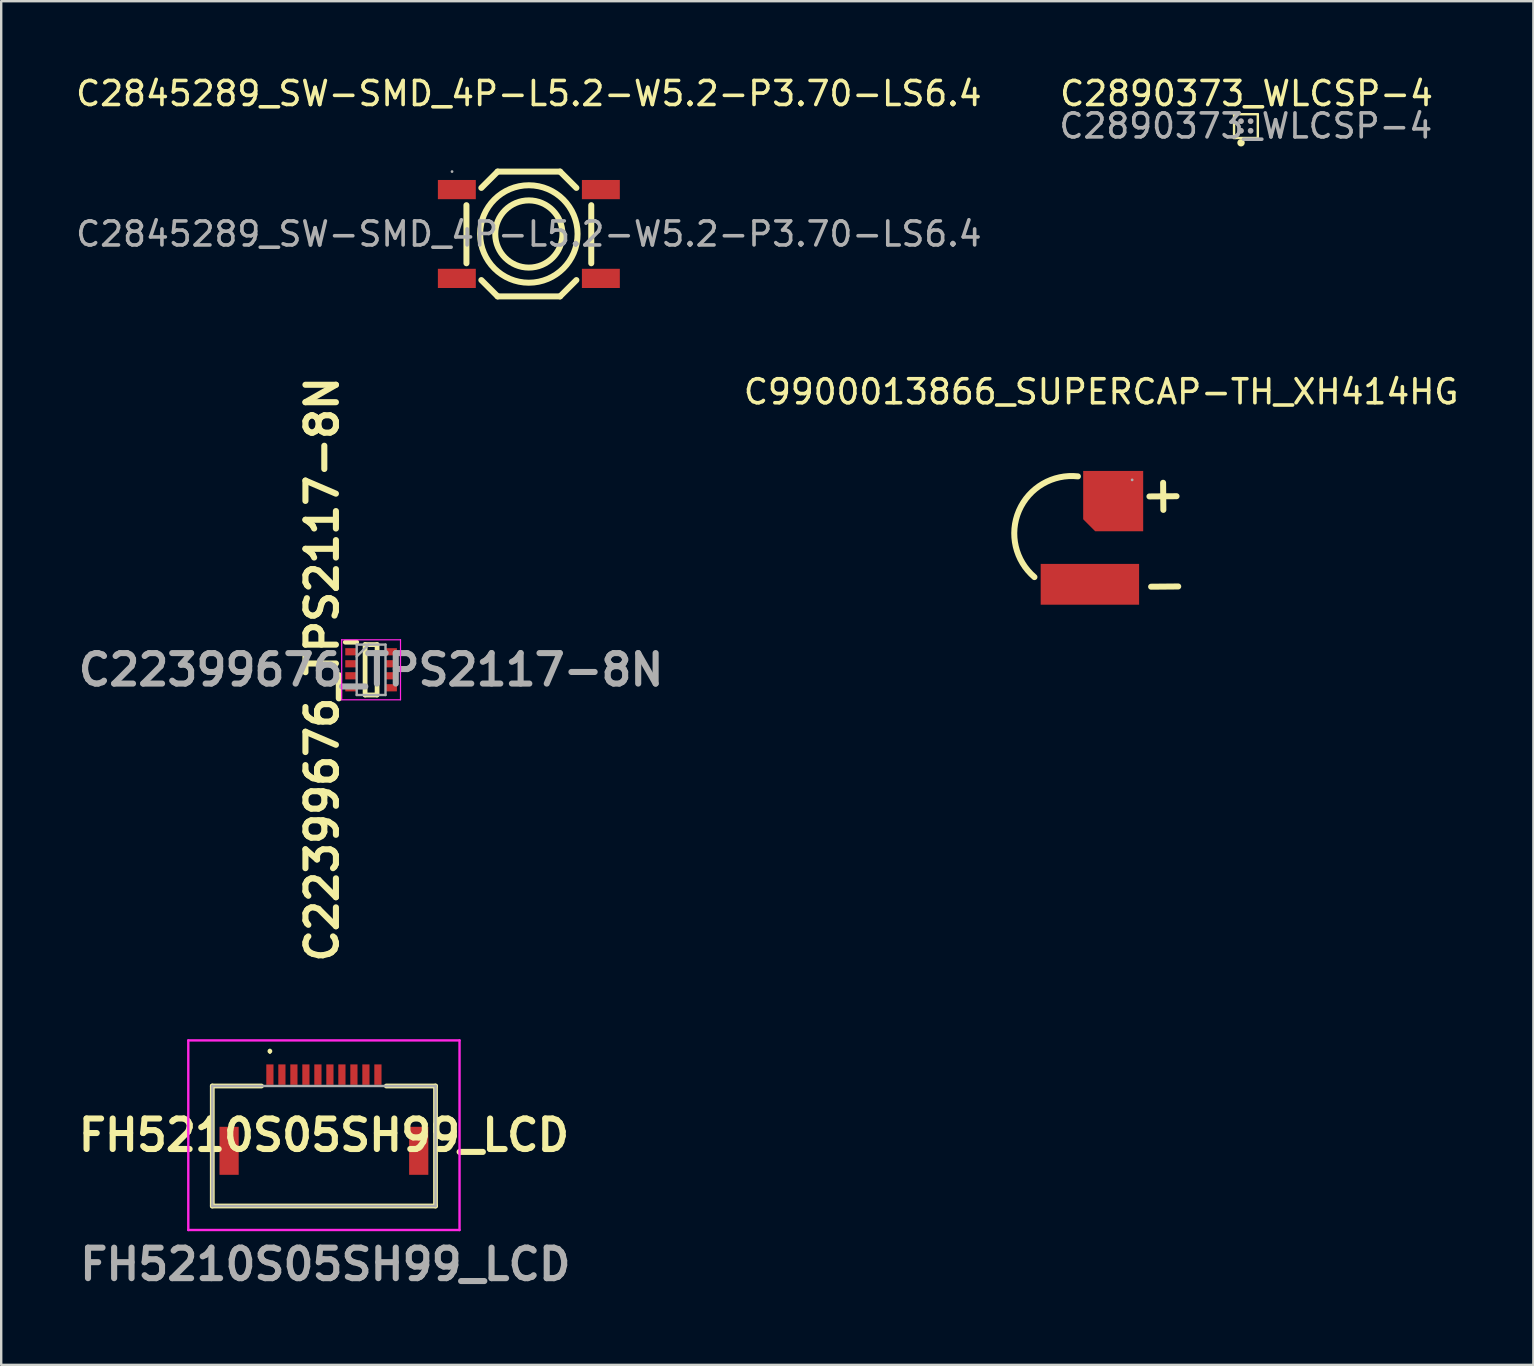
<source format=kicad_pcb>
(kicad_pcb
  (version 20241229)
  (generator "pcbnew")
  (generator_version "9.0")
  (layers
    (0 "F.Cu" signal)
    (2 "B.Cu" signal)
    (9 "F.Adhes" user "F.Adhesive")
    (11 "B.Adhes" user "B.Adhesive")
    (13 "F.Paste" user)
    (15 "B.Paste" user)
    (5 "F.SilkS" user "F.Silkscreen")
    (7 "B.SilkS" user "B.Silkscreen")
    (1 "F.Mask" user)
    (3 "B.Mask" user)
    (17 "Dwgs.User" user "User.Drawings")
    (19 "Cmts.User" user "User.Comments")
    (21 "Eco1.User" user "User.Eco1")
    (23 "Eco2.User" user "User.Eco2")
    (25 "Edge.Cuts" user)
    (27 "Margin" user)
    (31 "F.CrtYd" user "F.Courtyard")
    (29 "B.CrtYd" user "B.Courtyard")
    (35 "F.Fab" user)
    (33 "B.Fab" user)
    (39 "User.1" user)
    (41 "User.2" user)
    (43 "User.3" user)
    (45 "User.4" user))
  (footprint "C9900013866_SUPERCAP-TH_XH414HG"
    (layer "F.Cu")
    (at 42.825 19.282)
    (property "Reference" "C9900013866_SUPERCAP-TH_XH414HG" (at 0 -6.01 0) (layer "F.SilkS") (effects (font (size 1 1) (thickness 0.15))))
    (attr smd)
    (fp_line (start 2.01 -1.65) (end 3.14 -1.66) (stroke (width 0.25) (type solid)) (layer "F.SilkS"))
    (fp_line (start 2.08 2.11) (end 3.21 2.1) (stroke (width 0.25) (type solid)) (layer "F.SilkS"))
    (fp_line (start 2.59 -1.09) (end 2.58 -2.22) (stroke (width 0.25) (type solid)) (layer "F.SilkS"))
    (fp_arc (start -2.78 1.71) (mid -3.42481 -1.057475) (end -0.968528 -2.486243) (stroke (width 0.25) (type solid)) (layer "F.SilkS"))
    (fp_circle (center 1.29 -2.34) (end 1.32 -2.34) (stroke (width 0.06) (type solid)) (fill no) (layer "F.Fab"))
    (pad "1" smd roundrect (at 0.5 -1.456 90) (size 2.512 2.5) (layers "F.Cu" "F.Mask" "F.Paste") (roundrect_rratio 0) (chamfer_ratio 0.2) (chamfer top_left))
    (pad "2" smd rect (at -0.47 2.01) (size 4.1 1.7) (layers "F.Cu" "F.Mask" "F.Paste")))
  (footprint "C2890373_WLCSP-4"
    (layer "F.Cu")
    (at 48.851 2.198)
    (property "Reference" "C2890373_WLCSP-4" (at 0.03 -1.35 0) (layer "F.SilkS") (effects (font (size 1 1) (thickness 0.15))))
    (attr smd)
    (fp_line (start -0.5 0.5) (end -0.49 0.44) (stroke (width 0.1) (type solid)) (layer "F.SilkS"))
    (fp_line (start -0.49 -0.49) (end 0.5 -0.49) (stroke (width 0.1) (type solid)) (layer "F.SilkS"))
    (fp_line (start -0.49 0.44) (end -0.49 -0.49) (stroke (width 0.1) (type solid)) (layer "F.SilkS"))
    (fp_line (start -0.44 0.5) (end -0.5 0.5) (stroke (width 0.1) (type solid)) (layer "F.SilkS"))
    (fp_line (start 0.5 -0.49) (end 0.5 0.5) (stroke (width 0.1) (type solid)) (layer "F.SilkS"))
    (fp_line (start 0.5 0.5) (end -0.44 0.5) (stroke (width 0.1) (type solid)) (layer "F.SilkS"))
    (fp_circle (center -0.2 0.7) (end -0.12 0.7) (stroke (width 0.15) (type solid)) (fill no) (layer "F.SilkS"))
    (fp_circle (center -0.4 0.4) (end -0.37 0.4) (stroke (width 0.06) (type solid)) (fill no) (layer "F.Fab"))
    (fp_circle (center -0.2 -0.2) (end -0.14 -0.2) (stroke (width 0.12) (type solid)) (fill no) (layer "F.Fab"))
    (fp_circle (center -0.2 0.2) (end -0.14 0.2) (stroke (width 0.12) (type solid)) (fill no) (layer "F.Fab"))
    (fp_circle (center 0.2 -0.2) (end 0.26 -0.2) (stroke (width 0.12) (type solid)) (fill no) (layer "F.Fab"))
    (fp_circle (center 0.2 0.2) (end 0.26 0.2) (stroke (width 0.12) (type solid)) (fill no) (layer "F.Fab"))
    (fp_text user "${REFERENCE}" (at 0 0 0) (layer "F.Fab") (effects (font (size 1 1) (thickness 0.15))))
    (pad "A1" smd circle (at -0.2 0.2 270) (size 0.2 0.2) (layers "F.Cu" "F.Mask" "F.Paste"))
    (pad "A2" smd circle (at -0.2 -0.2 270) (size 0.2 0.2) (layers "F.Cu" "F.Mask" "F.Paste"))
    (pad "B1" smd circle (at 0.2 0.2 270) (size 0.2 0.2) (layers "F.Cu" "F.Mask" "F.Paste"))
    (pad "B2" smd circle (at 0.2 -0.2 270) (size 0.2 0.2) (layers "F.Cu" "F.Mask" "F.Paste")))
  (footprint "C22399676_TPS2117-8N"
    (layer "F.Cu")
    (at 12.41 24.853)
    (property "Reference" "C22399676_TPS2117-8N" (at -2.04 -0.02 90) (layer "F.SilkS") (effects (font (size 1.27 1.27) (thickness 0.254))))
    (attr smd)
    (fp_line (start -1.075 -1.15) (end -0.6 -1.15) (stroke (width 0.2) (type solid)) (layer "F.SilkS"))
    (fp_line (start -0.25 -1.05) (end 0.25 -1.05) (stroke (width 0.2) (type solid)) (layer "F.SilkS"))
    (fp_line (start -0.25 1.05) (end -0.25 -1.05) (stroke (width 0.2) (type solid)) (layer "F.SilkS"))
    (fp_line (start 0.25 -1.05) (end 0.25 1.05) (stroke (width 0.2) (type solid)) (layer "F.SilkS"))
    (fp_line (start 0.25 1.05) (end -0.25 1.05) (stroke (width 0.2) (type solid)) (layer "F.SilkS"))
    (fp_line (start -1.225 -1.25) (end 1.225 -1.25) (stroke (width 0.05) (type solid)) (layer "F.CrtYd"))
    (fp_line (start -1.225 1.25) (end -1.225 -1.25) (stroke (width 0.05) (type solid)) (layer "F.CrtYd"))
    (fp_line (start 1.225 -1.25) (end 1.225 1.25) (stroke (width 0.05) (type solid)) (layer "F.CrtYd"))
    (fp_line (start 1.225 1.25) (end -1.225 1.25) (stroke (width 0.05) (type solid)) (layer "F.CrtYd"))
    (fp_line (start -0.6 -1.05) (end 0.6 -1.05) (stroke (width 0.1) (type solid)) (layer "F.Fab"))
    (fp_line (start -0.6 -0.55) (end -0.1 -1.05) (stroke (width 0.1) (type solid)) (layer "F.Fab"))
    (fp_line (start -0.6 1.05) (end -0.6 -1.05) (stroke (width 0.1) (type solid)) (layer "F.Fab"))
    (fp_line (start 0.6 -1.05) (end 0.6 1.05) (stroke (width 0.1) (type solid)) (layer "F.Fab"))
    (fp_line (start 0.6 1.05) (end -0.6 1.05) (stroke (width 0.1) (type solid)) (layer "F.Fab"))
    (fp_text user "${REFERENCE}" (at 0 0 0) (layer "F.Fab") (effects (font (size 1.27 1.27) (thickness 0.254))))
    (pad "1" smd rect (at -0.838 -0.75 90) (size 0.3 0.475) (layers "F.Cu" "F.Mask" "F.Paste"))
    (pad "2" smd rect (at -0.838 -0.25 90) (size 0.3 0.475) (layers "F.Cu" "F.Mask" "F.Paste"))
    (pad "3" smd rect (at -0.838 0.25 90) (size 0.3 0.475) (layers "F.Cu" "F.Mask" "F.Paste"))
    (pad "4" smd rect (at -0.838 0.75 90) (size 0.3 0.475) (layers "F.Cu" "F.Mask" "F.Paste"))
    (pad "5" smd rect (at 0.838 0.75 90) (size 0.3 0.475) (layers "F.Cu" "F.Mask" "F.Paste"))
    (pad "6" smd rect (at 0.838 0.25 90) (size 0.3 0.475) (layers "F.Cu" "F.Mask" "F.Paste"))
    (pad "7" smd rect (at 0.838 -0.25 90) (size 0.3 0.475) (layers "F.Cu" "F.Mask" "F.Paste"))
    (pad "8" smd rect (at 0.838 -0.75 90) (size 0.3 0.475) (layers "F.Cu" "F.Mask" "F.Paste")))
  (footprint "C2845289_SW-SMD_4P-L5.2-W5.2-P3.70-LS6.4"
    (layer "F.Cu")
    (at 18.982 6.698)
    (property "Reference" "C2845289_SW-SMD_4P-L5.2-W5.2-P3.70-LS6.4" (at 0 -5.85 0) (layer "F.SilkS") (effects (font (size 1 1) (thickness 0.15))))
    (attr smd)
    (fp_line (start -2.6 -1.2) (end -2.6 1.22) (stroke (width 0.25) (type solid)) (layer "F.SilkS"))
    (fp_line (start -1.98 1.92) (end -1.3 2.6) (stroke (width 0.25) (type solid)) (layer "F.SilkS"))
    (fp_line (start -1.3 -2.6) (end -1.98 -1.92) (stroke (width 0.25) (type solid)) (layer "F.SilkS"))
    (fp_line (start -1.3 2.6) (end 1.3 2.6) (stroke (width 0.25) (type solid)) (layer "F.SilkS"))
    (fp_line (start 1.3 -2.6) (end -1.3 -2.6) (stroke (width 0.25) (type solid)) (layer "F.SilkS"))
    (fp_line (start 1.3 2.6) (end 1.98 1.92) (stroke (width 0.25) (type solid)) (layer "F.SilkS"))
    (fp_line (start 1.98 -1.92) (end 1.3 -2.6) (stroke (width 0.25) (type solid)) (layer "F.SilkS"))
    (fp_line (start 2.6 -1.2) (end 2.6 1.22) (stroke (width 0.25) (type solid)) (layer "F.SilkS"))
    (fp_circle (center 0 0) (end 1.4 0) (stroke (width 0.25) (type solid)) (fill no) (layer "F.SilkS"))
    (fp_circle (center 0 0) (end 2.03 0) (stroke (width 0.25) (type solid)) (fill no) (layer "F.SilkS"))
    (fp_circle (center -3.2 -2.6) (end -3.17 -2.6) (stroke (width 0.06) (type solid)) (fill no) (layer "F.Fab"))
    (fp_text user "${REFERENCE}" (at 0 0 0) (layer "F.Fab") (effects (font (size 1 1) (thickness 0.15))))
    (pad "1" smd rect (at -3 -1.85) (size 1.58 0.8) (layers "F.Cu" "F.Mask" "F.Paste"))
    (pad "2" smd rect (at 3 -1.85) (size 1.58 0.8) (layers "F.Cu" "F.Mask" "F.Paste"))
    (pad "3" smd rect (at -3 1.85) (size 1.58 0.8) (layers "F.Cu" "F.Mask" "F.Paste"))
    (pad "4" smd rect (at 3 1.85) (size 1.58 0.8) (layers "F.Cu" "F.Mask" "F.Paste")))
  (footprint "FH5210S05SH99_LCD"
    (layer "F.Cu")
    (at 10.444 44.693)
    (property "Reference" "FH5210S05SH99_LCD" (at 0 -0.45 0) (layer "F.SilkS") (effects (font (size 1.27 1.27) (thickness 0.254))))
    (attr smd)
    (fp_line (start -4.65 -2.5) (end -4.65 2.5) (stroke (width 0.2) (type solid)) (layer "F.SilkS"))
    (fp_line (start -4.65 2.5) (end 4.65 2.5) (stroke (width 0.2) (type solid)) (layer "F.SilkS"))
    (fp_line (start -2.6 -2.5) (end -4.65 -2.5) (stroke (width 0.2) (type solid)) (layer "F.SilkS"))
    (fp_line (start -2.25 -4) (end -2.25 -4) (stroke (width 0.1) (type solid)) (layer "F.SilkS"))
    (fp_line (start -2.25 -3.9) (end -2.25 -3.9) (stroke (width 0.1) (type solid)) (layer "F.SilkS"))
    (fp_line (start 4.65 -2.5) (end 2.6 -2.5) (stroke (width 0.2) (type solid)) (layer "F.SilkS"))
    (fp_line (start 4.65 2.5) (end 4.65 -2.5) (stroke (width 0.2) (type solid)) (layer "F.SilkS"))
    (fp_arc (start -2.25 -4) (mid -2.2 -3.95) (end -2.25 -3.9) (stroke (width 0.1) (type solid)) (layer "F.SilkS"))
    (fp_arc (start -2.25 -3.9) (mid -2.3 -3.95) (end -2.25 -4) (stroke (width 0.1) (type solid)) (layer "F.SilkS"))
    (fp_line (start -5.65 -4.4) (end 5.65 -4.4) (stroke (width 0.1) (type solid)) (layer "F.CrtYd"))
    (fp_line (start -5.65 3.5) (end -5.65 -4.4) (stroke (width 0.1) (type solid)) (layer "F.CrtYd"))
    (fp_line (start 5.65 -4.4) (end 5.65 3.5) (stroke (width 0.1) (type solid)) (layer "F.CrtYd"))
    (fp_line (start 5.65 3.5) (end -5.65 3.5) (stroke (width 0.1) (type solid)) (layer "F.CrtYd"))
    (fp_line (start -4.65 -2.5) (end -4.65 2.5) (stroke (width 0.1) (type solid)) (layer "F.Fab"))
    (fp_line (start -4.65 2.5) (end 4.65 2.5) (stroke (width 0.1) (type solid)) (layer "F.Fab"))
    (fp_line (start 4.65 -2.5) (end -4.65 -2.5) (stroke (width 0.1) (type solid)) (layer "F.Fab"))
    (fp_line (start 4.65 2.5) (end 4.65 -2.5) (stroke (width 0.1) (type solid)) (layer "F.Fab"))
    (fp_text user "${REFERENCE}" (at 0.06 4.93 0) (layer "F.Fab") (effects (font (size 1.27 1.27) (thickness 0.254))))
    (pad "1" smd rect (at -2.25 -2.975) (size 0.3 0.85) (layers "F.Cu" "F.Mask" "F.Paste"))
    (pad "2" smd rect (at -1.75 -2.975) (size 0.3 0.85) (layers "F.Cu" "F.Mask" "F.Paste"))
    (pad "3" smd rect (at -1.25 -2.975) (size 0.3 0.85) (layers "F.Cu" "F.Mask" "F.Paste"))
    (pad "4" smd rect (at -0.75 -2.975) (size 0.3 0.85) (layers "F.Cu" "F.Mask" "F.Paste"))
    (pad "5" smd rect (at -0.25 -2.975) (size 0.3 0.85) (layers "F.Cu" "F.Mask" "F.Paste"))
    (pad "6" smd rect (at 0.25 -2.975) (size 0.3 0.85) (layers "F.Cu" "F.Mask" "F.Paste"))
    (pad "7" smd rect (at 0.75 -2.975) (size 0.3 0.85) (layers "F.Cu" "F.Mask" "F.Paste"))
    (pad "8" smd rect (at 1.25 -2.975) (size 0.3 0.85) (layers "F.Cu" "F.Mask" "F.Paste"))
    (pad "9" smd rect (at 1.75 -2.975) (size 0.3 0.85) (layers "F.Cu" "F.Mask" "F.Paste"))
    (pad "10" smd rect (at 2.25 -2.975) (size 0.3 0.85) (layers "F.Cu" "F.Mask" "F.Paste"))
    (pad "MP1" smd rect (at -3.95 0.2) (size 0.8 2) (layers "F.Cu" "F.Mask" "F.Paste"))
    (pad "MP2" smd rect (at 3.95 0.2) (size 0.8 2) (layers "F.Cu" "F.Mask" "F.Paste")))
  (gr_rect
    (start -3 -3)
    (end 60.831 53.811)
    (stroke (width 0.1) (type default))
    (fill no)
    (layer "Edge.Cuts")))
</source>
